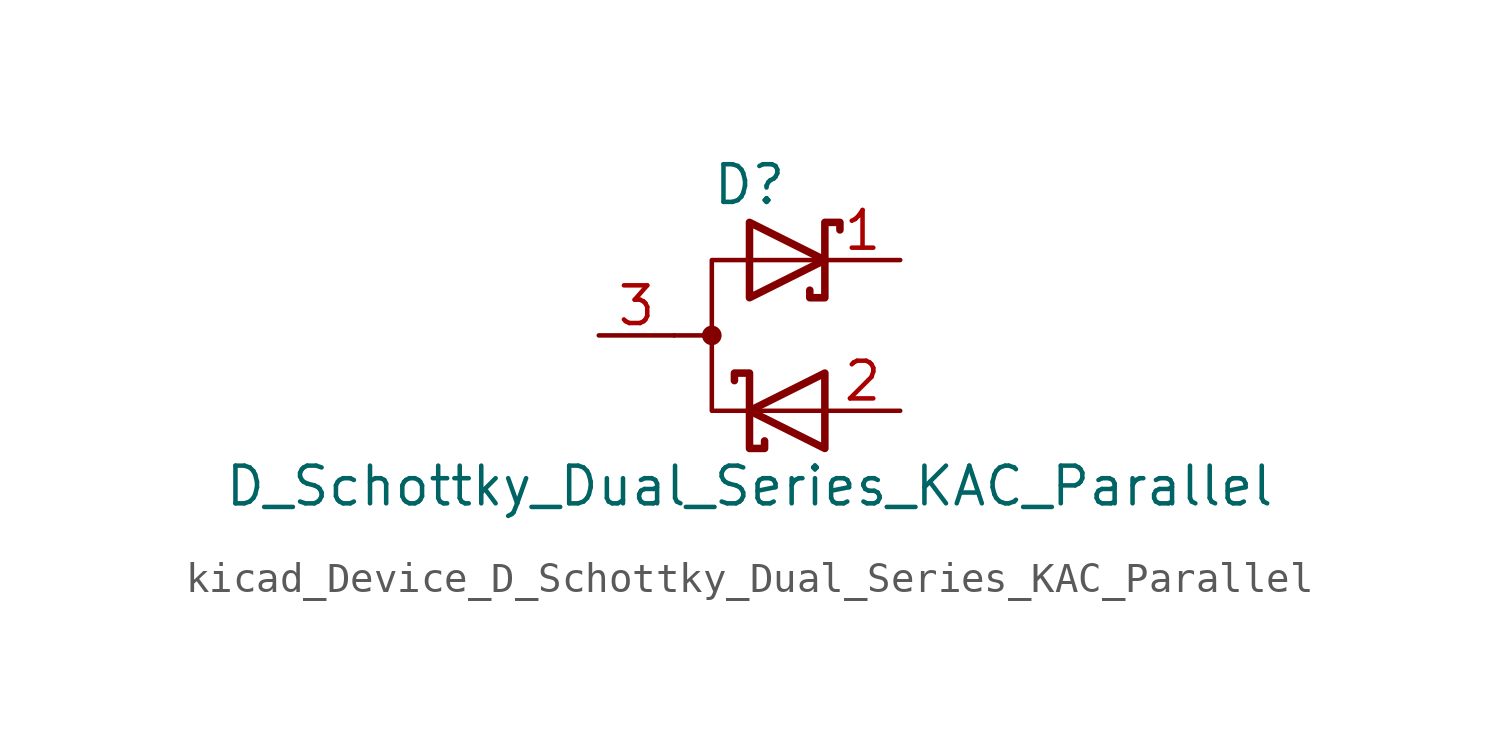
<source format=kicad_sym>
(kicad_symbol_lib
  (version 20220914)
  (generator kicad_symbol_editor)
  (symbol "kicad_Device_D_Schottky_Dual_Series_KAC_Parallel"
    (pin_names
      (offset 0.762) hide)
    (property "Reference" "D"
      (at 0 5.08 0)
      (effects (font (size 1.27 1.27))))
    (property "Value" "D_Schottky_Dual_Series_KAC_Parallel"
      (at 0 -5.08 0)
      (effects (font (size 1.27 1.27))))
    (symbol "kicad_Device_D_Schottky_Dual_Series_KAC_Parallel_0_1"
      (circle (center -1.27 0) (radius 0.254) (stroke (width 0) (type default)) (fill (type outline)))
      (polyline (pts (xy -1.27 0) (xy -2.54 0)) (stroke (width 0) (type default)) (fill (type none)))
      (polyline (pts (xy 2.54 2.54) (xy -1.27 2.54) (xy -1.27 -2.54) (xy 2.54 -2.54)) (stroke (width 0) (type default)) (fill (type none)))
      (polyline (pts (xy -0.508 -1.524) (xy -0.508 -1.27) (xy 0 -1.27) (xy 0 -3.81) (xy 0.508 -3.81) (xy 0.508 -3.556)) (stroke (width 0.254) (type default)) (fill (type none)))
      (polyline (pts (xy 0 3.81) (xy 2.54 2.54) (xy 0 1.27) (xy 0 3.81) (xy 0 3.81) (xy 0 3.81)) (stroke (width 0.254) (type default)) (fill (type none)))
      (polyline (pts (xy 2.54 -1.27) (xy 0 -2.54) (xy 2.54 -3.81) (xy 2.54 -1.27) (xy 2.54 -1.27) (xy 2.54 -1.27)) (stroke (width 0.254) (type default)) (fill (type none)))
      (polyline (pts (xy 3.048 3.556) (xy 3.048 3.81) (xy 2.54 3.81) (xy 2.54 1.27) (xy 2.032 1.27) (xy 2.032 1.524)) (stroke (width 0.254) (type default)) (fill (type none)))
      (pin passive line (at 5.08 2.54 180) (length 2.54) (name "K" (effects (font (size 1.27 1.27)))) (number "1" (effects (font (size 1.27 1.27)))))
      (pin passive line (at 5.08 -2.54 180) (length 2.54) (name "K" (effects (font (size 1.27 1.27)))) (number "2" (effects (font (size 1.27 1.27)))))
      (pin passive line (at -5.08 0 0) (length 2.54) (name "A" (effects (font (size 1.27 1.27)))) (number "3" (effects (font (size 1.27 1.27))))))))
</source>
